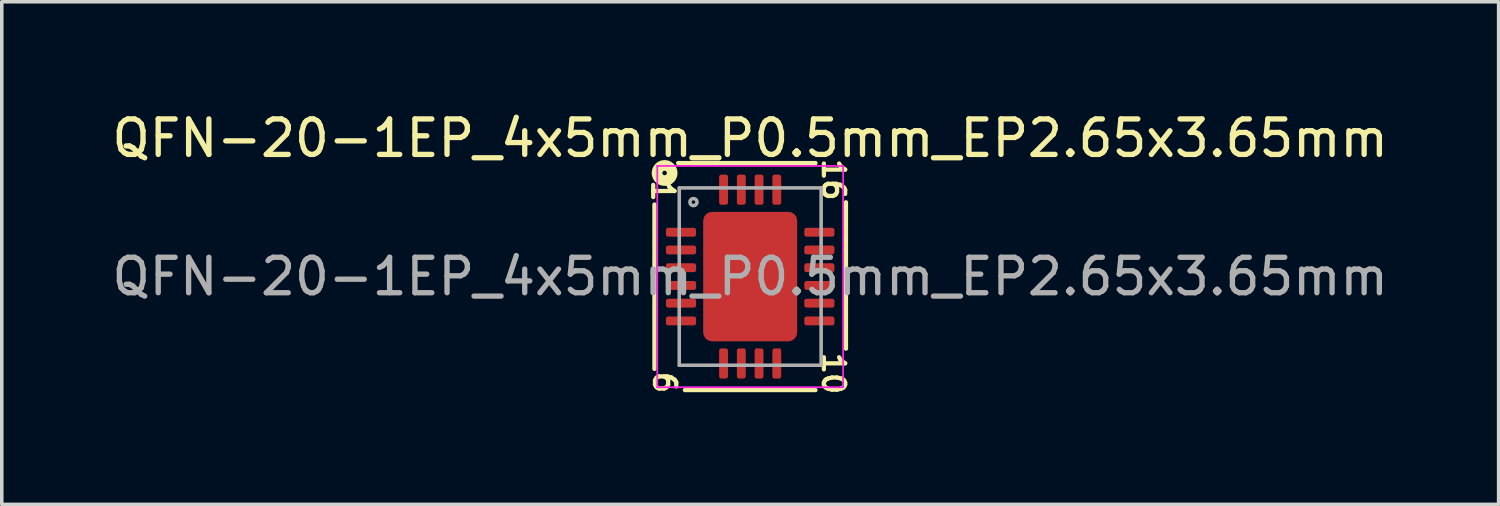
<source format=kicad_pcb>
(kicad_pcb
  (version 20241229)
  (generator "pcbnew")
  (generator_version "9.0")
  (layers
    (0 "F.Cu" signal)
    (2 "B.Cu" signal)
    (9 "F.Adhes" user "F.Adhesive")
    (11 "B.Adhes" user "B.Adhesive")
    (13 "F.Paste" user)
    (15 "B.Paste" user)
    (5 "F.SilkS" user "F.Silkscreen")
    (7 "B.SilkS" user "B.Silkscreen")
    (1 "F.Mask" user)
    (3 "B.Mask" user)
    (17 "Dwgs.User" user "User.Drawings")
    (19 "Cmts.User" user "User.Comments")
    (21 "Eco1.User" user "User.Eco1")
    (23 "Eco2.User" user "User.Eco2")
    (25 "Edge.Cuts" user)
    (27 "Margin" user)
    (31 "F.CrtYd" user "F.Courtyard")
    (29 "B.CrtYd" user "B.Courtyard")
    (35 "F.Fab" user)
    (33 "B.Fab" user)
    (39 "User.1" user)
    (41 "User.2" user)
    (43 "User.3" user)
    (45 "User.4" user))
  (footprint "QFN-20-1EP_4x5mm_P0.5mm_EP2.65x3.65mm"
    (layer "F.Cu")
    (at 18.101 4.748)
    (property "Reference" "QFN-20-1EP_4x5mm_P0.5mm_EP2.65x3.65mm" (at 0 -3.9 0) (layer "F.SilkS") (effects (font (size 1 1) (thickness 0.15))))
    (attr smd)
    (fp_line (start -2.7 -2.032) (end -2.7 2.603) (stroke (width 0.12) (type solid)) (layer "F.SilkS"))
    (fp_line (start -1.841 3.2) (end 1.841 3.2) (stroke (width 0.12) (type solid)) (layer "F.SilkS"))
    (fp_line (start 1.841 -3.2) (end -2.032 -3.2) (stroke (width 0.12) (type solid)) (layer "F.SilkS"))
    (fp_line (start 2.7 2.032) (end 2.7 -2.095) (stroke (width 0.12) (type solid)) (layer "F.SilkS"))
    (fp_circle (center -2.413 -2.921) (end -2.349 -2.921) (stroke (width 0.3) (type solid)) (fill no) (layer "F.SilkS"))
    (fp_line (start -2.62 -3.12) (end -2.62 3.12) (stroke (width 0.05) (type solid)) (layer "F.CrtYd"))
    (fp_line (start -2.62 3.12) (end 2.62 3.12) (stroke (width 0.05) (type solid)) (layer "F.CrtYd"))
    (fp_line (start 2.62 -3.12) (end -2.62 -3.12) (stroke (width 0.05) (type solid)) (layer "F.CrtYd"))
    (fp_line (start 2.62 3.12) (end 2.62 -3.12) (stroke (width 0.05) (type solid)) (layer "F.CrtYd"))
    (fp_line (start -2 -2.5) (end 2 -2.5) (stroke (width 0.1) (type solid)) (layer "F.Fab"))
    (fp_line (start -2 2.5) (end -2 -2.5) (stroke (width 0.1) (type solid)) (layer "F.Fab"))
    (fp_line (start 2 -2.5) (end 2 2.5) (stroke (width 0.1) (type solid)) (layer "F.Fab"))
    (fp_line (start 2 2.5) (end -2 2.5) (stroke (width 0.1) (type solid)) (layer "F.Fab"))
    (fp_circle (center -1.6 -2.1) (end -1.5 -2.1) (stroke (width 0.1) (type solid)) (fill no) (layer "F.Fab"))
    (fp_text user "10" (at 2.349 2.731 270) (unlocked yes) (layer "F.SilkS") (effects (font (size 0.6 0.6) (thickness 0.12))))
    (fp_text user "6" (at -2.413 2.985 270) (unlocked yes) (layer "F.SilkS") (effects (font (size 0.6 0.6) (thickness 0.12))))
    (fp_text user "16" (at 2.349 -2.731 270) (unlocked yes) (layer "F.SilkS") (effects (font (size 0.6 0.6) (thickness 0.12))))
    (fp_text user "1" (at -2.463 -2.413 270) (unlocked yes) (layer "F.SilkS") (effects (font (size 0.6 0.6) (thickness 0.12))))
    (fp_text user "${REFERENCE}" (at 0 0 0) (layer "F.Fab") (effects (font (size 1 1) (thickness 0.15))))
    (pad "" smd roundrect (at -0.66 -1.22) (size 1.07 0.98) (layers "F.Paste") (roundrect_rratio 0.25))
    (pad "" smd roundrect (at -0.66 0) (size 1.07 0.98) (layers "F.Paste") (roundrect_rratio 0.25))
    (pad "" smd roundrect (at -0.66 1.22) (size 1.07 0.98) (layers "F.Paste") (roundrect_rratio 0.25))
    (pad "" smd roundrect (at 0.66 -1.22) (size 1.07 0.98) (layers "F.Paste") (roundrect_rratio 0.25))
    (pad "" smd roundrect (at 0.66 0) (size 1.07 0.98) (layers "F.Paste") (roundrect_rratio 0.25))
    (pad "" smd roundrect (at 0.66 1.22) (size 1.07 0.98) (layers "F.Paste") (roundrect_rratio 0.25))
    (pad "1" smd roundrect (at -1.95 -1.25) (size 0.85 0.25) (layers "F.Cu" "F.Mask" "F.Paste") (roundrect_rratio 0.25))
    (pad "2" smd roundrect (at -1.95 -0.75) (size 0.85 0.25) (layers "F.Cu" "F.Mask" "F.Paste") (roundrect_rratio 0.25))
    (pad "3" smd roundrect (at -1.95 -0.25) (size 0.85 0.25) (layers "F.Cu" "F.Mask" "F.Paste") (roundrect_rratio 0.25))
    (pad "4" smd roundrect (at -1.95 0.25) (size 0.85 0.25) (layers "F.Cu" "F.Mask" "F.Paste") (roundrect_rratio 0.25))
    (pad "5" smd roundrect (at -1.95 0.75) (size 0.85 0.25) (layers "F.Cu" "F.Mask" "F.Paste") (roundrect_rratio 0.25))
    (pad "6" smd roundrect (at -1.95 1.25) (size 0.85 0.25) (layers "F.Cu" "F.Mask" "F.Paste") (roundrect_rratio 0.25))
    (pad "7" smd roundrect (at -0.75 2.45) (size 0.25 0.85) (layers "F.Cu" "F.Mask" "F.Paste") (roundrect_rratio 0.25))
    (pad "8" smd roundrect (at -0.25 2.45) (size 0.25 0.85) (layers "F.Cu" "F.Mask" "F.Paste") (roundrect_rratio 0.25))
    (pad "9" smd roundrect (at 0.25 2.45) (size 0.25 0.85) (layers "F.Cu" "F.Mask" "F.Paste") (roundrect_rratio 0.25))
    (pad "10" smd roundrect (at 0.75 2.45) (size 0.25 0.85) (layers "F.Cu" "F.Mask" "F.Paste") (roundrect_rratio 0.25))
    (pad "11" smd roundrect (at 1.95 1.25) (size 0.85 0.25) (layers "F.Cu" "F.Mask" "F.Paste") (roundrect_rratio 0.25))
    (pad "12" smd roundrect (at 1.95 0.75) (size 0.85 0.25) (layers "F.Cu" "F.Mask" "F.Paste") (roundrect_rratio 0.25))
    (pad "13" smd roundrect (at 1.95 0.25) (size 0.85 0.25) (layers "F.Cu" "F.Mask" "F.Paste") (roundrect_rratio 0.25))
    (pad "14" smd roundrect (at 1.95 -0.25) (size 0.85 0.25) (layers "F.Cu" "F.Mask" "F.Paste") (roundrect_rratio 0.25))
    (pad "15" smd roundrect (at 1.95 -0.75) (size 0.85 0.25) (layers "F.Cu" "F.Mask" "F.Paste") (roundrect_rratio 0.25))
    (pad "16" smd roundrect (at 1.95 -1.25) (size 0.85 0.25) (layers "F.Cu" "F.Mask" "F.Paste") (roundrect_rratio 0.25))
    (pad "17" smd roundrect (at 0.75 -2.45) (size 0.25 0.85) (layers "F.Cu" "F.Mask" "F.Paste") (roundrect_rratio 0.25))
    (pad "18" smd roundrect (at 0.25 -2.45) (size 0.25 0.85) (layers "F.Cu" "F.Mask" "F.Paste") (roundrect_rratio 0.25))
    (pad "19" smd roundrect (at -0.25 -2.45) (size 0.25 0.85) (layers "F.Cu" "F.Mask" "F.Paste") (roundrect_rratio 0.25))
    (pad "20" smd roundrect (at -0.75 -2.45) (size 0.25 0.85) (layers "F.Cu" "F.Mask" "F.Paste") (roundrect_rratio 0.25))
    (pad "21" smd roundrect (at 0 0) (size 2.65 3.65) (layers "F.Cu" "F.Mask") (roundrect_rratio 0.094)))
  (gr_rect
    (start -3 -3)
    (end 39.202 11.17)
    (stroke (width 0.1) (type default))
    (fill no)
    (layer "Edge.Cuts")))
</source>
